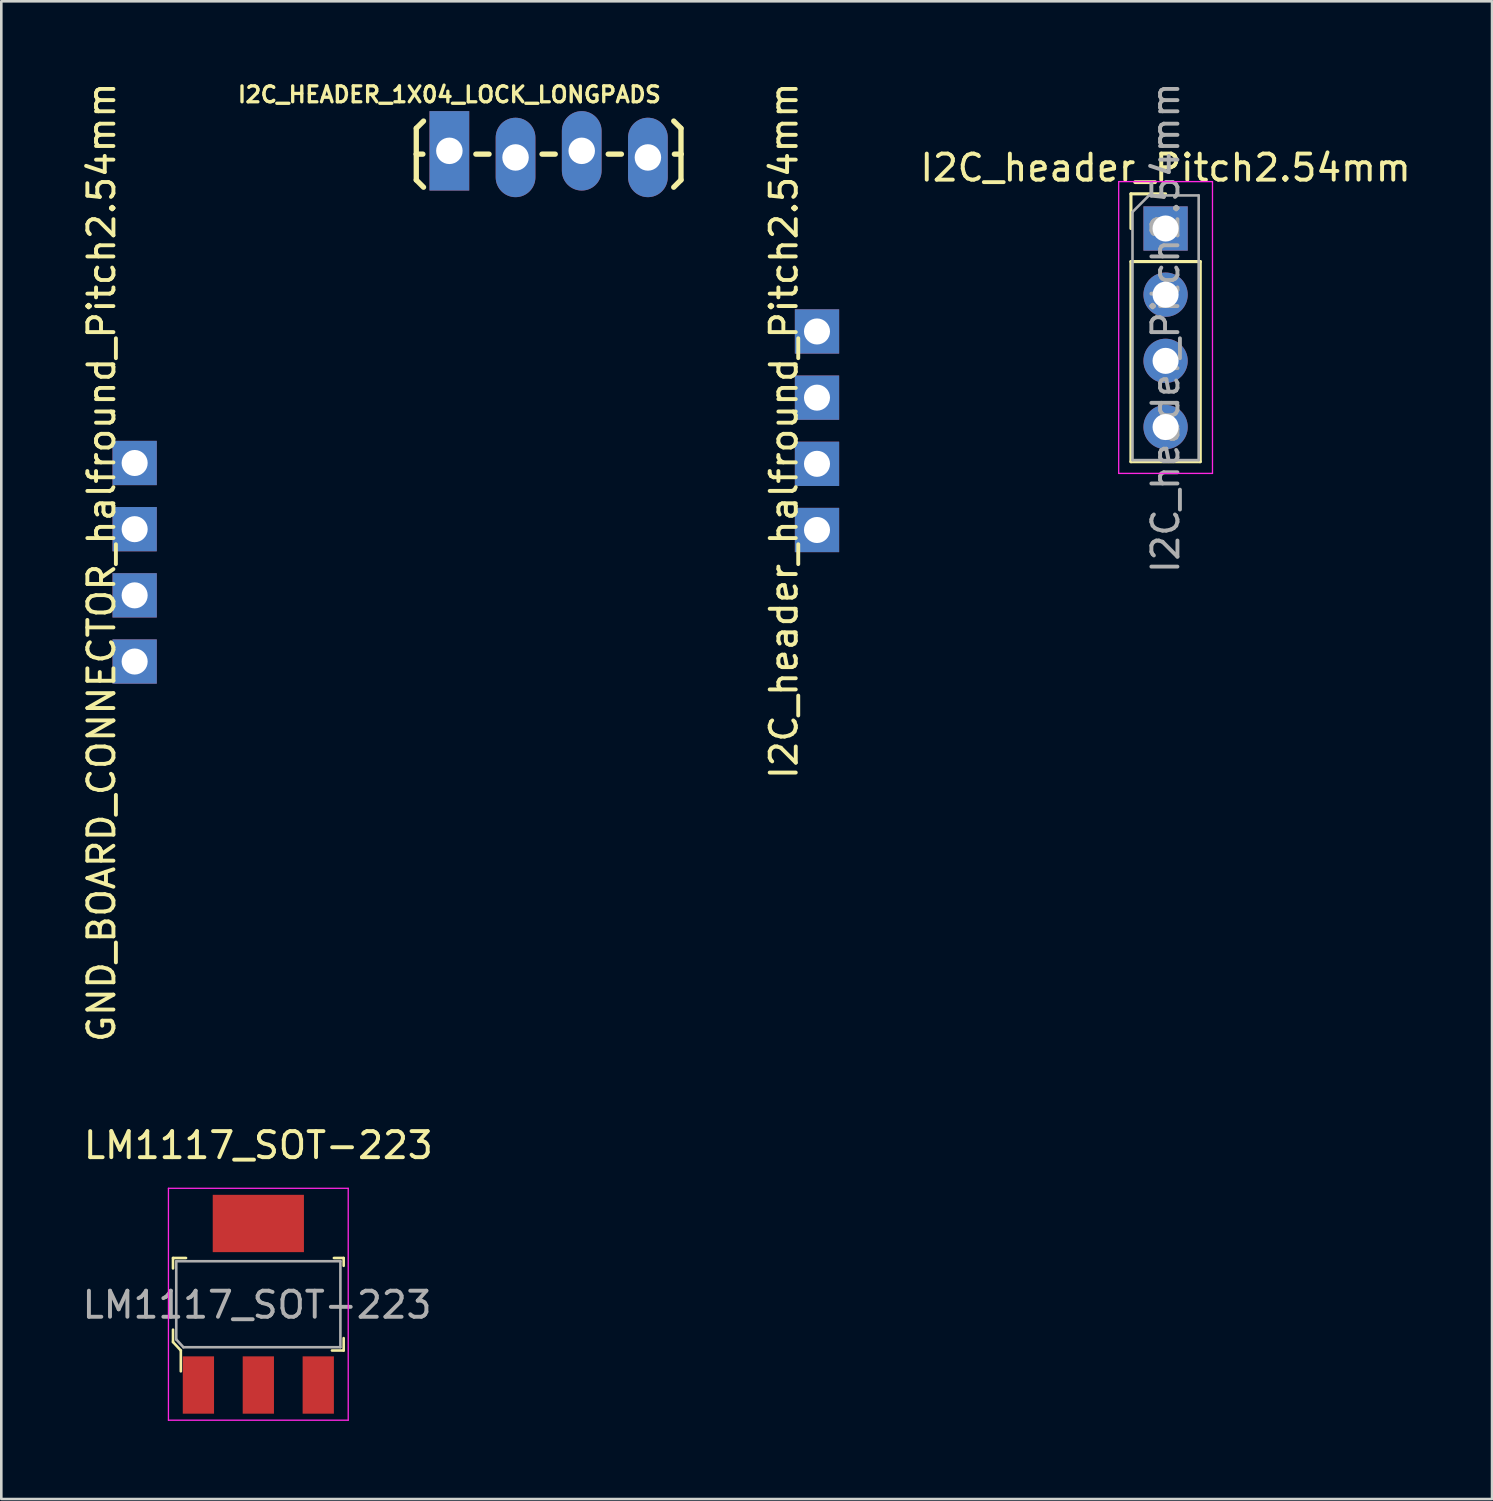
<source format=kicad_pcb>
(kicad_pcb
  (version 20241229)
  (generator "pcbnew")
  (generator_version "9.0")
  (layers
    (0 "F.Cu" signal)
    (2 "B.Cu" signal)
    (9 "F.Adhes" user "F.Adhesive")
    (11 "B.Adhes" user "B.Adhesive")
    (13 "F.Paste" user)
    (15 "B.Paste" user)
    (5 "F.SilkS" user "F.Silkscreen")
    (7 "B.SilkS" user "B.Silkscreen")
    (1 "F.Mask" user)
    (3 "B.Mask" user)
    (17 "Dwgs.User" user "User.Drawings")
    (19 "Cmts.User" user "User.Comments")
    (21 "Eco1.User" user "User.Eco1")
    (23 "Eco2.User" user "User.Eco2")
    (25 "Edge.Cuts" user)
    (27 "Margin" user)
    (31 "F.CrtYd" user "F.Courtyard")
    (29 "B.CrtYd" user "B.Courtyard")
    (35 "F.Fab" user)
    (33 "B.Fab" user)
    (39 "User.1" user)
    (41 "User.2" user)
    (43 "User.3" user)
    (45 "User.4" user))
  (footprint "I2C_HEADER_1X04_LOCK_LONGPADS"
    (layer "F.Cu")
    (at 14.197 2.739)
    (property "Reference" "I2C_HEADER_1X04_LOCK_LONGPADS" (at 0 -2.159 0) (layer "F.SilkS") (effects (font (size 0.61 0.61) (thickness 0.127))))
    (attr exclude_from_pos_files exclude_from_bom)
    (fp_line (start -1.27 -0.864) (end -0.991 -1.143) (stroke (width 0.203) (type solid)) (layer "F.SilkS"))
    (fp_line (start -1.27 0.127) (end -1.27 -0.864) (stroke (width 0.203) (type solid)) (layer "F.SilkS"))
    (fp_line (start -1.27 0.127) (end -1.27 1.118) (stroke (width 0.203) (type solid)) (layer "F.SilkS"))
    (fp_line (start -1.27 0.127) (end -1.016 0.127) (stroke (width 0.203) (type solid)) (layer "F.SilkS"))
    (fp_line (start -1.27 1.118) (end -0.991 1.397) (stroke (width 0.203) (type solid)) (layer "F.SilkS"))
    (fp_line (start 1.524 0.127) (end 1.016 0.127) (stroke (width 0.203) (type solid)) (layer "F.SilkS"))
    (fp_line (start 4.064 0.127) (end 3.556 0.127) (stroke (width 0.203) (type solid)) (layer "F.SilkS"))
    (fp_line (start 6.604 0.127) (end 6.096 0.127) (stroke (width 0.203) (type solid)) (layer "F.SilkS"))
    (fp_line (start 8.89 -0.864) (end 8.611 -1.143) (stroke (width 0.203) (type solid)) (layer "F.SilkS"))
    (fp_line (start 8.89 0.127) (end 8.636 0.127) (stroke (width 0.203) (type solid)) (layer "F.SilkS"))
    (fp_line (start 8.89 0.127) (end 8.89 -0.864) (stroke (width 0.203) (type solid)) (layer "F.SilkS"))
    (fp_line (start 8.89 0.127) (end 8.89 1.118) (stroke (width 0.203) (type solid)) (layer "F.SilkS"))
    (fp_line (start 8.89 1.118) (end 8.611 1.397) (stroke (width 0.203) (type solid)) (layer "F.SilkS"))
    (pad "GND" thru_hole oval (at 2.54 0.254 180) (size 1.524 3.048) (drill 1.016) (layers "*.Cu" "*.Mask"))
    (pad "SCL" thru_hole oval (at 5.08 0 180) (size 1.524 3.048) (drill 1.016) (layers "*.Cu" "*.Mask"))
    (pad "SDA" thru_hole oval (at 7.62 0.254 180) (size 1.524 3.048) (drill 1.016) (layers "*.Cu" "*.Mask"))
    (pad "VCC" thru_hole rect (at 0 0 180) (size 1.524 3.048) (drill 1.016) (layers "*.Cu" "*.Mask")))
  (footprint "I2C_header_Pitch2.54mm"
    (layer "F.Cu")
    (at 41.686 5.72)
    (property "Reference" "I2C_header_Pitch2.54mm" (at 0 -2.33 0) (layer "F.SilkS") (effects (font (size 1 1) (thickness 0.15))))
    (attr through_hole)
    (fp_line (start -1.33 -1.33) (end 0 -1.33) (stroke (width 0.12) (type solid)) (layer "F.SilkS"))
    (fp_line (start -1.33 0) (end -1.33 -1.33) (stroke (width 0.12) (type solid)) (layer "F.SilkS"))
    (fp_line (start -1.33 1.27) (end -1.33 8.95) (stroke (width 0.12) (type solid)) (layer "F.SilkS"))
    (fp_line (start -1.33 1.27) (end 1.33 1.27) (stroke (width 0.12) (type solid)) (layer "F.SilkS"))
    (fp_line (start -1.33 8.95) (end 1.33 8.95) (stroke (width 0.12) (type solid)) (layer "F.SilkS"))
    (fp_line (start 1.33 1.27) (end 1.33 8.95) (stroke (width 0.12) (type solid)) (layer "F.SilkS"))
    (fp_line (start -1.8 -1.8) (end -1.8 9.4) (stroke (width 0.05) (type solid)) (layer "F.CrtYd"))
    (fp_line (start -1.8 9.4) (end 1.8 9.4) (stroke (width 0.05) (type solid)) (layer "F.CrtYd"))
    (fp_line (start 1.8 -1.8) (end -1.8 -1.8) (stroke (width 0.05) (type solid)) (layer "F.CrtYd"))
    (fp_line (start 1.8 9.4) (end 1.8 -1.8) (stroke (width 0.05) (type solid)) (layer "F.CrtYd"))
    (fp_line (start -1.27 -0.635) (end -0.635 -1.27) (stroke (width 0.1) (type solid)) (layer "F.Fab"))
    (fp_line (start -1.27 8.89) (end -1.27 -0.635) (stroke (width 0.1) (type solid)) (layer "F.Fab"))
    (fp_line (start -0.635 -1.27) (end 1.27 -1.27) (stroke (width 0.1) (type solid)) (layer "F.Fab"))
    (fp_line (start 1.27 -1.27) (end 1.27 8.89) (stroke (width 0.1) (type solid)) (layer "F.Fab"))
    (fp_line (start 1.27 8.89) (end -1.27 8.89) (stroke (width 0.1) (type solid)) (layer "F.Fab"))
    (fp_text user "${REFERENCE}" (at 0 3.81 90) (layer "F.Fab") (effects (font (size 1 1) (thickness 0.15))))
    (pad "GND" thru_hole oval (at 0 2.54) (size 1.7 1.7) (drill 1) (layers "*.Cu" "*.Mask"))
    (pad "SCL" thru_hole oval (at 0 5.08) (size 1.7 1.7) (drill 1) (layers "*.Cu" "*.Mask"))
    (pad "SDA" thru_hole oval (at 0 7.62) (size 1.7 1.7) (drill 1) (layers "*.Cu" "*.Mask"))
    (pad "VCC" thru_hole rect (at 0 0) (size 1.7 1.7) (drill 1) (layers "*.Cu" "*.Mask")))
  (footprint "LM1117_SOT-223"
    (layer "F.Cu")
    (at 6.865 47.008)
    (property "Reference" "LM1117_SOT-223" (at 0 -6.1 0) (layer "F.SilkS") (effects (font (size 1 1) (thickness 0.15))))
    (attr through_hole)
    (fp_line (start -3.275 -1.775) (end -3.275 -1.375) (stroke (width 0.1) (type solid)) (layer "F.SilkS"))
    (fp_line (start -3.275 0.975) (end -3.275 1.45) (stroke (width 0.1) (type solid)) (layer "F.SilkS"))
    (fp_line (start -3.275 1.45) (end -2.975 1.775) (stroke (width 0.1) (type solid)) (layer "F.SilkS"))
    (fp_line (start -2.975 1.775) (end -2.975 2.575) (stroke (width 0.1) (type solid)) (layer "F.SilkS"))
    (fp_line (start -2.775 -1.775) (end -3.275 -1.775) (stroke (width 0.1) (type solid)) (layer "F.SilkS"))
    (fp_line (start 2.9 -1.775) (end 3.275 -1.775) (stroke (width 0.1) (type solid)) (layer "F.SilkS"))
    (fp_line (start 3.275 -1.775) (end 3.275 -1.475) (stroke (width 0.1) (type solid)) (layer "F.SilkS"))
    (fp_line (start 3.275 1.3) (end 3.275 1.775) (stroke (width 0.1) (type solid)) (layer "F.SilkS"))
    (fp_line (start 3.275 1.775) (end 2.825 1.775) (stroke (width 0.1) (type solid)) (layer "F.SilkS"))
    (fp_line (start -3.45 -4.45) (end -3.45 4.45) (stroke (width 0.05) (type solid)) (layer "F.CrtYd"))
    (fp_line (start -3.45 4.45) (end 3.45 4.45) (stroke (width 0.05) (type solid)) (layer "F.CrtYd"))
    (fp_line (start 3.45 -4.45) (end -3.45 -4.45) (stroke (width 0.05) (type solid)) (layer "F.CrtYd"))
    (fp_line (start 3.45 -4.45) (end 3.45 4.45) (stroke (width 0.05) (type solid)) (layer "F.CrtYd"))
    (fp_line (start -3.15 -1.65) (end 3.15 -1.65) (stroke (width 0.1) (type solid)) (layer "F.Fab"))
    (fp_line (start -3.15 1.35) (end -3.15 -1.65) (stroke (width 0.1) (type solid)) (layer "F.Fab"))
    (fp_line (start -3.15 1.35) (end -2.875 1.65) (stroke (width 0.1) (type solid)) (layer "F.Fab"))
    (fp_line (start 3.15 -1.65) (end 3.15 1.65) (stroke (width 0.1) (type solid)) (layer "F.Fab"))
    (fp_line (start 3.15 1.65) (end -2.875 1.65) (stroke (width 0.1) (type solid)) (layer "F.Fab"))
    (fp_text user "${REFERENCE}" (at -0.05 0.025 0) (layer "F.Fab") (effects (font (size 1 1) (thickness 0.15))))
    (pad "1" smd rect (at -2.3 3.1) (size 1.2 2.2) (layers "F.Cu" "F.Mask" "F.Paste"))
    (pad "2" smd rect (at 0 3.1) (size 1.2 2.2) (layers "F.Cu" "F.Mask" "F.Paste"))
    (pad "3" smd rect (at 2.3 3.1) (size 1.2 2.2) (layers "F.Cu" "F.Mask" "F.Paste"))
    (pad "4" smd rect (at 0 -3.1) (size 3.5 2.2) (layers "F.Cu" "F.Mask" "F.Paste")))
  (footprint "I2C_header_halfround_Pitch2.54mm"
    (layer "F.Cu")
    (at 28.307 9.672)
    (property "Reference" "I2C_header_halfround_Pitch2.54mm" (at -1.27 3.81 90) (layer "F.SilkS") (effects (font (size 1 1) (thickness 0.15))))
    (attr through_hole)
    (pad "GND" thru_hole rect (at 0 2.54) (size 1.7 1.7) (drill 1) (layers "*.Cu" "*.Mask"))
    (pad "SCL" thru_hole rect (at 0 5.08) (size 1.7 1.7) (drill 1) (layers "*.Cu" "*.Mask"))
    (pad "SDA" thru_hole rect (at 0 7.62) (size 1.7 1.7) (drill 1) (layers "*.Cu" "*.Mask"))
    (pad "VCC" thru_hole rect (at 0 0) (size 1.7 1.7) (drill 1) (layers "*.Cu" "*.Mask")))
  (footprint "GND_BOARD_CONNECTOR_halfround_Pitch2.54mm"
    (layer "F.Cu")
    (at 2.118 14.72)
    (property "Reference" "GND_BOARD_CONNECTOR_halfround_Pitch2.54mm" (at -1.27 3.81 90) (layer "F.SilkS") (effects (font (size 1 1) (thickness 0.15))))
    (attr through_hole)
    (pad "GND" thru_hole rect (at 0 0) (size 1.7 1.7) (drill 1) (layers "*.Cu" "*.Mask"))
    (pad "GND" thru_hole rect (at 0 2.54) (size 1.7 1.7) (drill 1) (layers "*.Cu" "*.Mask"))
    (pad "GND" thru_hole rect (at 0 5.08) (size 1.7 1.7) (drill 1) (layers "*.Cu" "*.Mask"))
    (pad "GND" thru_hole rect (at 0 7.62) (size 1.7 1.7) (drill 1) (layers "*.Cu" "*.Mask")))
  (gr_rect
    (start -3 -3)
    (end 54.216 54.483)
    (stroke (width 0.1) (type default))
    (fill no)
    (layer "Edge.Cuts")))
</source>
